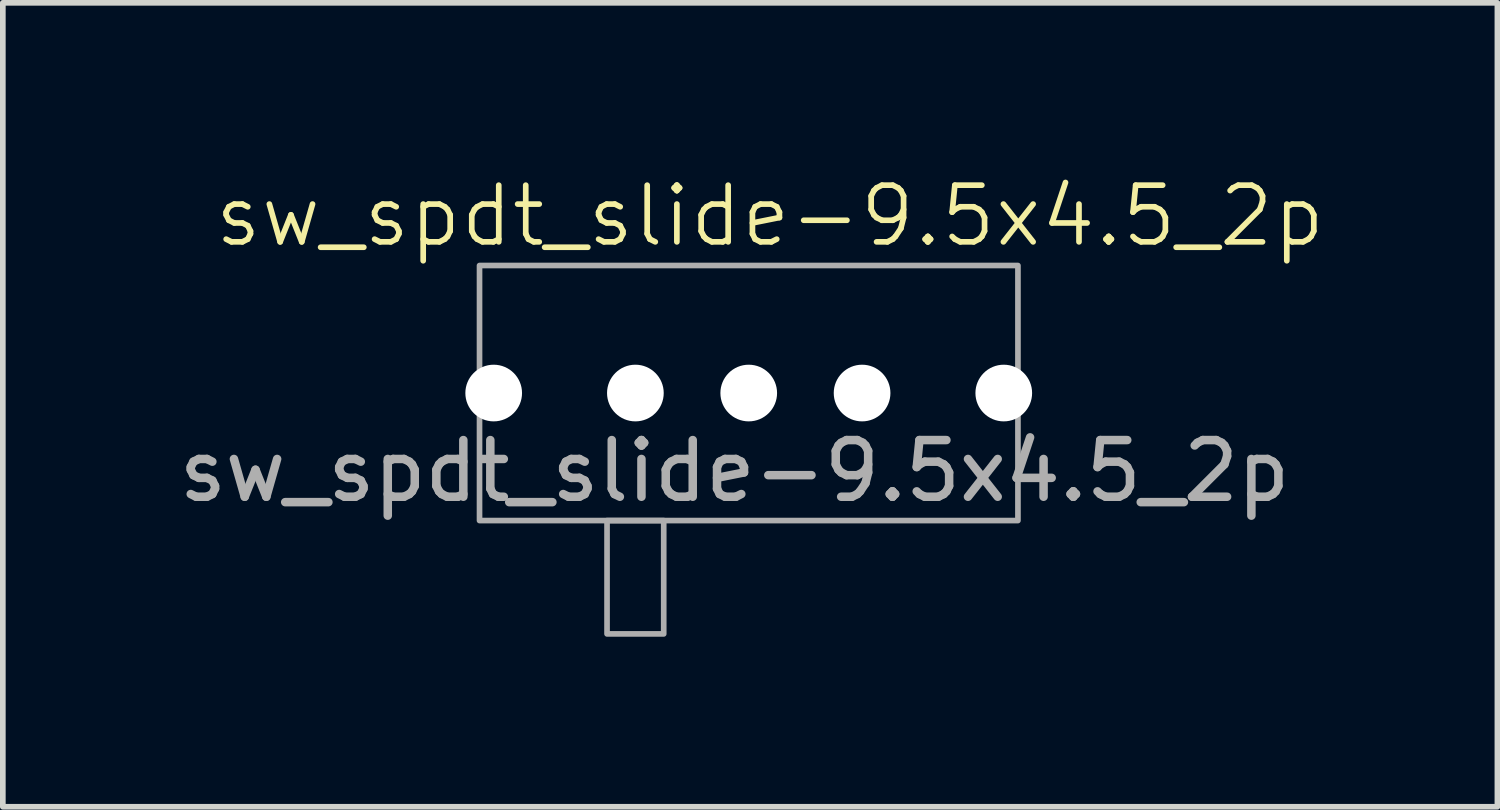
<source format=kicad_pcb>
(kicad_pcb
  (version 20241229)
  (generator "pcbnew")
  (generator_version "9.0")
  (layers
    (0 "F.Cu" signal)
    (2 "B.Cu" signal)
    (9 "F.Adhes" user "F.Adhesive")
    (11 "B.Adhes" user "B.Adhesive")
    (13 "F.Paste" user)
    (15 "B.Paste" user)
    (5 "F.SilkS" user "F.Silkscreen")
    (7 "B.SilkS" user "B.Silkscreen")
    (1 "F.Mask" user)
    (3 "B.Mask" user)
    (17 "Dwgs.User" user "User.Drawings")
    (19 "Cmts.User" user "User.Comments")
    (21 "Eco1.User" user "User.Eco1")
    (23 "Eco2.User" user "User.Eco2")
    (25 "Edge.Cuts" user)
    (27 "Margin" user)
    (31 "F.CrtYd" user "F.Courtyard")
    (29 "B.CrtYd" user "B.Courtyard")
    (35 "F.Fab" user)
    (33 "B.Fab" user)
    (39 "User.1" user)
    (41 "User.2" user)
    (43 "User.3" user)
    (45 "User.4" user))
  (footprint "sw_spdt_slide-9.5x4.5_2p"
    (layer "F.Cu")
    (at 8.161 3.885)
    (property "Reference" "sw_spdt_slide-9.5x4.5_2p" (at 2.375 -3.125 0) (unlocked yes) (layer "F.SilkS") (effects (font (size 1 1) (thickness 0.1))))
    (attr through_hole)
    (fp_rect (start -2.75 -2.25) (end 6.75 2.25) (stroke (width 0.1) (type solid)) (fill no) (layer "F.Fab"))
    (fp_rect (start -0.5 2.25) (end 0.5 4.25) (stroke (width 0.1) (type default)) (fill no) (layer "F.Fab"))
    (fp_text user "${REFERENCE}" (at 1.75 1.375 0) (unlocked yes) (layer "F.Fab") (effects (font (size 1 1) (thickness 0.15))))
    (pad "1" thru_hole circle (at 0 0) (size 1.4 1.4) (drill 1) (layers "*.Cu" "B.Mask") (remove_unused_layers yes) (zone_layer_connections))
    (pad "2" thru_hole circle (at 2 0) (size 1.4 1.4) (drill 1) (layers "*.Cu" "B.Mask") (remove_unused_layers yes) (zone_layer_connections))
    (pad "3" thru_hole circle (at 4 0) (size 1.4 1.4) (drill 1) (layers "*.Cu" "B.Mask") (remove_unused_layers yes) (zone_layer_connections))
    (pad "4" thru_hole circle (at -2.5 0) (size 1.4 1.4) (drill 1) (layers "*.Cu" "B.Mask") (remove_unused_layers yes) (zone_layer_connections))
    (pad "4" thru_hole circle (at 6.5 0) (size 1.4 1.4) (drill 1) (layers "*.Cu" "B.Mask") (remove_unused_layers yes) (zone_layer_connections)))
  (gr_rect
    (start -3 -3)
    (end 23.371 11.185)
    (stroke (width 0.1) (type default))
    (fill no)
    (layer "Edge.Cuts")))
</source>
